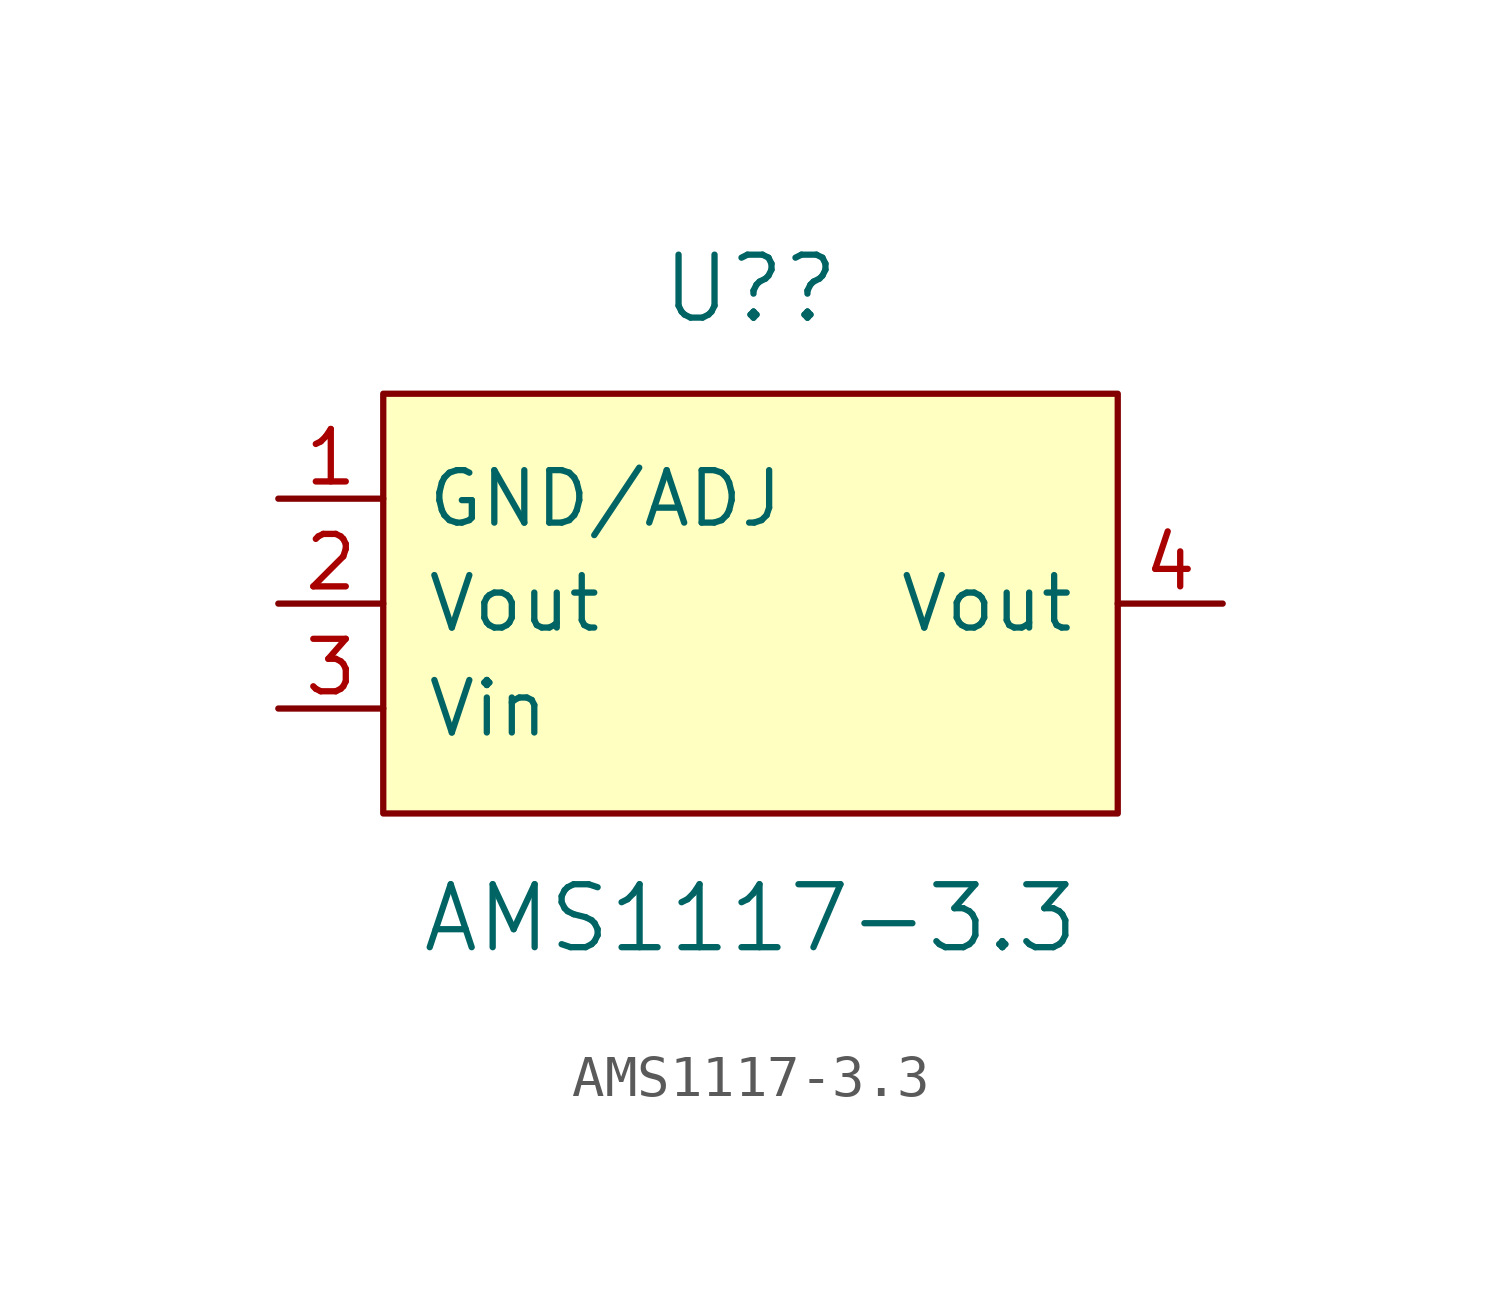
<source format=kicad_sym>
(kicad_symbol_lib
  (version 20211014)
  (generator kicad_symbol_editor)
  (symbol "AMS1117-3.3"
    (pin_names
      (offset 1.016))
    (property "Reference" "U?"
      (at 0 7.62 0)
      (effects (font (size 1.524 1.524))))
    (property "Value" "AMS1117-3.3"
      (at 0 -7.62 0)
      (effects (font (size 1.524 1.524))))
    (property "ki_locked" ""
      (at 0 0 0)
      (effects (font (size 1.27 1.27))))
    (symbol "AMS1117-3.3_1_1"
      (rectangle (start -8.89 5.08) (end 8.89 -5.08) (stroke (width 0) (type default) (color 0 0 0 0)) (fill (type background)))
      (pin unspecified line (at -11.43 2.54 0) (length 2.54) (name "GND/ADJ" (effects (font (size 1.27 1.27)))) (number "1" (effects (font (size 1.27 1.27)))))
      (pin unspecified line (at -11.43 0 0) (length 2.54) (name "Vout" (effects (font (size 1.27 1.27)))) (number "2" (effects (font (size 1.27 1.27)))))
      (pin unspecified line (at -11.43 -2.54 0) (length 2.54) (name "Vin" (effects (font (size 1.27 1.27)))) (number "3" (effects (font (size 1.27 1.27)))))
      (pin unspecified line (at 11.43 0 180) (length 2.54) (name "Vout" (effects (font (size 1.27 1.27)))) (number "4" (effects (font (size 1.27 1.27))))))))
</source>
